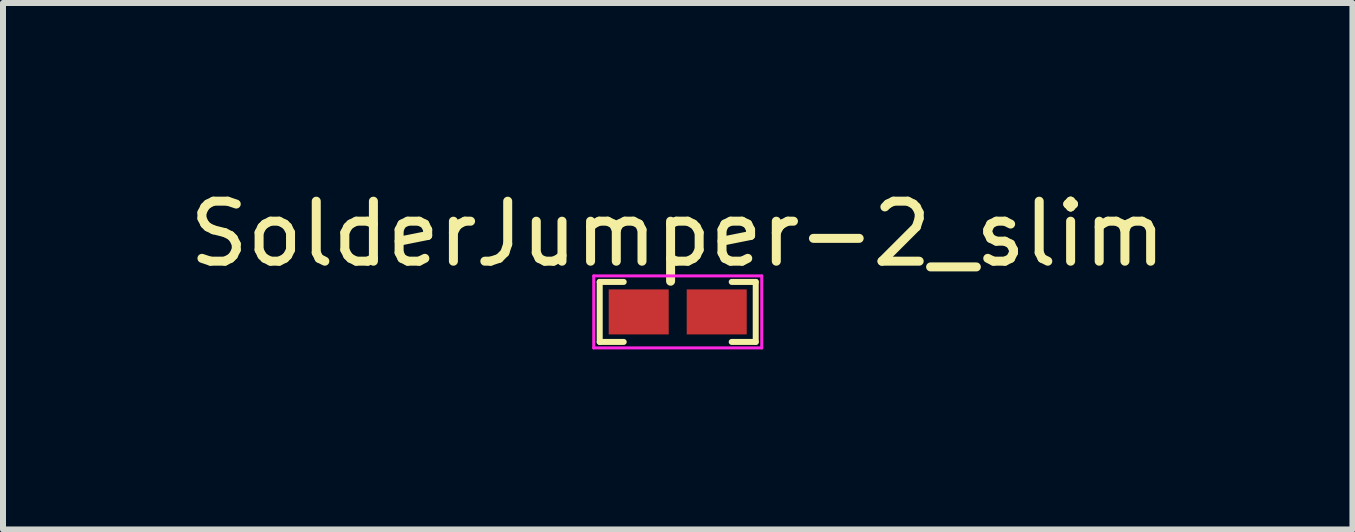
<source format=kicad_pcb>
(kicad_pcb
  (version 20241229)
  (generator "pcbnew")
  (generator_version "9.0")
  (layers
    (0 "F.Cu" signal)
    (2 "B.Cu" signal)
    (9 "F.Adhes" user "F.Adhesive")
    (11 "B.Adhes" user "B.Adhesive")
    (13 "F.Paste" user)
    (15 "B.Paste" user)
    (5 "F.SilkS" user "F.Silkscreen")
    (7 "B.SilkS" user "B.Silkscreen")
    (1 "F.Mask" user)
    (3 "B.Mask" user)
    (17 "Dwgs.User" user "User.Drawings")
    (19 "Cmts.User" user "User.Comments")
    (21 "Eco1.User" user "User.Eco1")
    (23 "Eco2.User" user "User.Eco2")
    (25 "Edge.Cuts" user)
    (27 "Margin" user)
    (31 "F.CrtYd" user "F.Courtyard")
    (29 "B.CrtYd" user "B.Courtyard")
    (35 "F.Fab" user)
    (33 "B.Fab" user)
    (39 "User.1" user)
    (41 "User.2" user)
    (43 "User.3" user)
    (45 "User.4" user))
  (footprint "SolderJumper-2_slim"
    (layer "F.Cu")
    (at 8.244 2.148)
    (property "Reference" "SolderJumper-2_slim" (at 0 -1.3 0) (layer "F.SilkS") (effects (font (size 1 1) (thickness 0.15))))
    (attr exclude_from_pos_files exclude_from_bom)
    (fp_line (start -1.3 -0.5) (end -0.9 -0.5) (stroke (width 0.1) (type solid)) (layer "F.SilkS"))
    (fp_line (start -1.3 0.5) (end -1.3 -0.5) (stroke (width 0.1) (type solid)) (layer "F.SilkS"))
    (fp_line (start -1.3 0.5) (end -0.9 0.5) (stroke (width 0.1) (type solid)) (layer "F.SilkS"))
    (fp_line (start 0.9 -0.5) (end 1.3 -0.5) (stroke (width 0.1) (type solid)) (layer "F.SilkS"))
    (fp_line (start 0.9 0.5) (end 1.3 0.5) (stroke (width 0.1) (type solid)) (layer "F.SilkS"))
    (fp_line (start 1.3 -0.5) (end 1.3 0.5) (stroke (width 0.1) (type solid)) (layer "F.SilkS"))
    (fp_line (start -1.4 -0.6) (end -1.4 0.6) (stroke (width 0.05) (type solid)) (layer "F.CrtYd"))
    (fp_line (start -1.4 -0.6) (end 1.4 -0.6) (stroke (width 0.05) (type solid)) (layer "F.CrtYd"))
    (fp_line (start -1.4 0.6) (end 1.4 0.6) (stroke (width 0.05) (type solid)) (layer "F.CrtYd"))
    (fp_line (start 1.4 0.6) (end 1.4 -0.6) (stroke (width 0.05) (type solid)) (layer "F.CrtYd"))
    (pad "1" smd rect (at -0.65 0) (size 1 0.75) (layers "F.Cu" "F.Mask"))
    (pad "2" smd rect (at 0.65 0) (size 1 0.75) (layers "F.Cu" "F.Mask")))
  (gr_rect
    (start -3 -3)
    (end 19.488 5.773)
    (stroke (width 0.1) (type default))
    (fill no)
    (layer "Edge.Cuts")))
</source>
